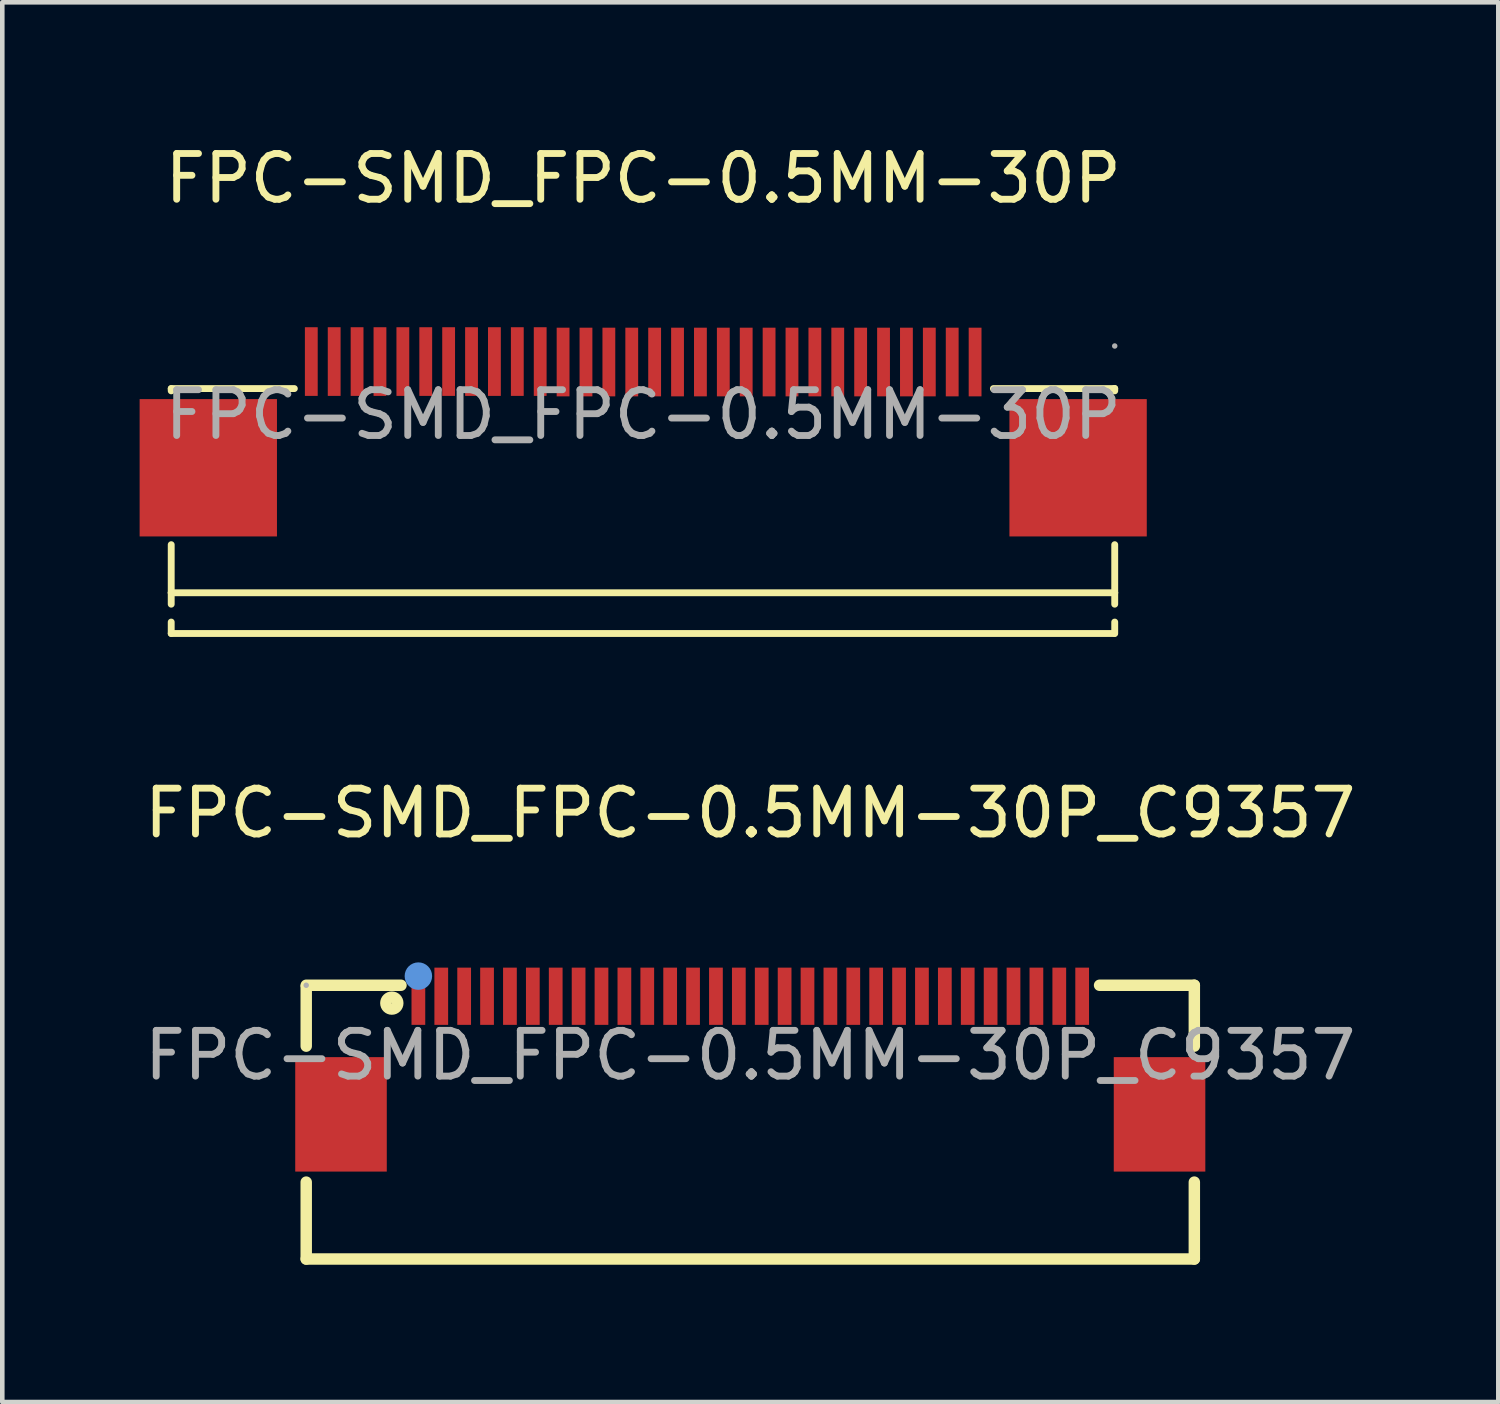
<source format=kicad_pcb>
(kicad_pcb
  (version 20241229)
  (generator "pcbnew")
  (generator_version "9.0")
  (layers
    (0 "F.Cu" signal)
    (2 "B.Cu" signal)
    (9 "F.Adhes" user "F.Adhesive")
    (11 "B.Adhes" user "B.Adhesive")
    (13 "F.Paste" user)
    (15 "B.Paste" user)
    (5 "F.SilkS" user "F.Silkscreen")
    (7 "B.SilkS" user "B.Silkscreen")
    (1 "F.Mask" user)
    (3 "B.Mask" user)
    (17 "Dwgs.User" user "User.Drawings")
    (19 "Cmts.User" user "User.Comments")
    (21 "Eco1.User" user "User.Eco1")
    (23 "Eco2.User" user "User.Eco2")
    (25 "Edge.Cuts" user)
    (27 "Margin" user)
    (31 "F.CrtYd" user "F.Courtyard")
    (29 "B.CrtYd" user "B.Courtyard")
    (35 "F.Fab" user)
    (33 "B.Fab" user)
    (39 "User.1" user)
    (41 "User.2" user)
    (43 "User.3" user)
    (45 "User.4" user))
  (footprint "FPC-SMD_FPC-0.5MM-30P"
    (layer "F.Cu")
    (at 11 6.008)
    (property "Reference" "FPC-SMD_FPC-0.5MM-30P" (at 0 -5.16 0) (layer "F.SilkS") (effects (font (size 1 1) (thickness 0.15))))
    (attr through_hole)
    (fp_line (start -10.31 -0.57) (end -10.31 -0.52) (stroke (width 0.15) (type solid)) (layer "F.SilkS"))
    (fp_line (start -10.31 -0.57) (end -7.62 -0.57) (stroke (width 0.15) (type solid)) (layer "F.SilkS"))
    (fp_line (start -10.31 2.84) (end -10.31 3.89) (stroke (width 0.15) (type solid)) (layer "F.SilkS"))
    (fp_line (start -10.31 3.89) (end -10.31 4.14) (stroke (width 0.15) (type solid)) (layer "F.SilkS"))
    (fp_line (start -10.31 3.89) (end 10.3 3.89) (stroke (width 0.15) (type solid)) (layer "F.SilkS"))
    (fp_line (start -10.31 4.78) (end -10.31 4.53) (stroke (width 0.15) (type solid)) (layer "F.SilkS"))
    (fp_line (start -10.31 4.78) (end 10.29 4.78) (stroke (width 0.15) (type solid)) (layer "F.SilkS"))
    (fp_line (start 7.65 -0.57) (end 10.29 -0.57) (stroke (width 0.15) (type solid)) (layer "F.SilkS"))
    (fp_line (start 10.3 -0.57) (end 10.29 -0.57) (stroke (width 0.15) (type solid)) (layer "F.SilkS"))
    (fp_line (start 10.3 -0.52) (end 10.3 -0.57) (stroke (width 0.15) (type solid)) (layer "F.SilkS"))
    (fp_line (start 10.3 3.89) (end 10.3 2.84) (stroke (width 0.15) (type solid)) (layer "F.SilkS"))
    (fp_line (start 10.3 3.89) (end 10.3 4.14) (stroke (width 0.15) (type solid)) (layer "F.SilkS"))
    (fp_line (start 10.3 4.78) (end 10.3 4.53) (stroke (width 0.15) (type solid)) (layer "F.SilkS"))
    (fp_circle (center 10.3 -1.5) (end 10.33 -1.5) (stroke (width 0.06) (type solid)) (fill no) (layer "F.Fab"))
    (fp_text user "${REFERENCE}" (at 0 0 0) (layer "F.Fab") (effects (font (size 1 1) (thickness 0.15))))
    (pad "1" smd rect (at 7.25 -1.15) (size 0.28 1.5) (layers "F.Cu" "F.Mask" "F.Paste"))
    (pad "2" smd rect (at 6.75 -1.15) (size 0.28 1.5) (layers "F.Cu" "F.Mask" "F.Paste"))
    (pad "3" smd rect (at 6.25 -1.15) (size 0.28 1.5) (layers "F.Cu" "F.Mask" "F.Paste"))
    (pad "4" smd rect (at 5.75 -1.15) (size 0.28 1.5) (layers "F.Cu" "F.Mask" "F.Paste"))
    (pad "5" smd rect (at 5.25 -1.15) (size 0.28 1.5) (layers "F.Cu" "F.Mask" "F.Paste"))
    (pad "6" smd rect (at 4.75 -1.15) (size 0.28 1.5) (layers "F.Cu" "F.Mask" "F.Paste"))
    (pad "7" smd rect (at 4.25 -1.15) (size 0.28 1.5) (layers "F.Cu" "F.Mask" "F.Paste"))
    (pad "8" smd rect (at 3.75 -1.15) (size 0.28 1.5) (layers "F.Cu" "F.Mask" "F.Paste"))
    (pad "9" smd rect (at 3.25 -1.15) (size 0.28 1.5) (layers "F.Cu" "F.Mask" "F.Paste"))
    (pad "10" smd rect (at 2.75 -1.15) (size 0.28 1.5) (layers "F.Cu" "F.Mask" "F.Paste"))
    (pad "11" smd rect (at 2.25 -1.15) (size 0.28 1.5) (layers "F.Cu" "F.Mask" "F.Paste"))
    (pad "12" smd rect (at 1.75 -1.15) (size 0.28 1.5) (layers "F.Cu" "F.Mask" "F.Paste"))
    (pad "13" smd rect (at 1.25 -1.15) (size 0.28 1.5) (layers "F.Cu" "F.Mask" "F.Paste"))
    (pad "14" smd rect (at 0.75 -1.15) (size 0.28 1.5) (layers "F.Cu" "F.Mask" "F.Paste"))
    (pad "15" smd rect (at 0.25 -1.15) (size 0.28 1.5) (layers "F.Cu" "F.Mask" "F.Paste"))
    (pad "16" smd rect (at -0.25 -1.15) (size 0.28 1.5) (layers "F.Cu" "F.Mask" "F.Paste"))
    (pad "17" smd rect (at -0.75 -1.15) (size 0.28 1.5) (layers "F.Cu" "F.Mask" "F.Paste"))
    (pad "18" smd rect (at -1.25 -1.15) (size 0.28 1.5) (layers "F.Cu" "F.Mask" "F.Paste"))
    (pad "19" smd rect (at -1.75 -1.15) (size 0.28 1.5) (layers "F.Cu" "F.Mask" "F.Paste"))
    (pad "20" smd rect (at -2.25 -1.16) (size 0.28 1.5) (layers "F.Cu" "F.Mask" "F.Paste"))
    (pad "21" smd rect (at -2.75 -1.16) (size 0.28 1.5) (layers "F.Cu" "F.Mask" "F.Paste"))
    (pad "22" smd rect (at -3.25 -1.16) (size 0.28 1.5) (layers "F.Cu" "F.Mask" "F.Paste"))
    (pad "23" smd rect (at -3.75 -1.16) (size 0.28 1.5) (layers "F.Cu" "F.Mask" "F.Paste"))
    (pad "24" smd rect (at -4.25 -1.16) (size 0.28 1.5) (layers "F.Cu" "F.Mask" "F.Paste"))
    (pad "25" smd rect (at -4.75 -1.16) (size 0.28 1.5) (layers "F.Cu" "F.Mask" "F.Paste"))
    (pad "26" smd rect (at -5.25 -1.16) (size 0.28 1.5) (layers "F.Cu" "F.Mask" "F.Paste"))
    (pad "27" smd rect (at -5.75 -1.16) (size 0.28 1.5) (layers "F.Cu" "F.Mask" "F.Paste"))
    (pad "28" smd rect (at -6.25 -1.16) (size 0.28 1.5) (layers "F.Cu" "F.Mask" "F.Paste"))
    (pad "29" smd rect (at -6.75 -1.16) (size 0.28 1.5) (layers "F.Cu" "F.Mask" "F.Paste"))
    (pad "30" smd rect (at -7.25 -1.16) (size 0.28 1.5) (layers "F.Cu" "F.Mask" "F.Paste"))
    (pad "31" smd rect (at -9.5 1.16) (size 3 3) (layers "F.Cu" "F.Mask" "F.Paste"))
    (pad "32" smd rect (at 9.5 1.16) (size 3 3) (layers "F.Cu" "F.Mask" "F.Paste")))
  (footprint "FPC-SMD_FPC-0.5MM-30P_C9357"
    (layer "F.Cu")
    (at 13.339 20.002)
    (property "Reference" "FPC-SMD_FPC-0.5MM-30P_C9357" (at 0 -5.29 0) (layer "F.SilkS") (effects (font (size 1 1) (thickness 0.15))))
    (attr through_hole)
    (fp_line (start -9.7 -0.2) (end -9.7 -1.5) (stroke (width 0.25) (type solid)) (layer "F.SilkS"))
    (fp_line (start -9.7 4.45) (end -9.7 2.77) (stroke (width 0.25) (type solid)) (layer "F.SilkS"))
    (fp_line (start -7.63 -1.53) (end -9.7 -1.53) (stroke (width 0.25) (type solid)) (layer "F.SilkS"))
    (fp_line (start 9.7 -1.53) (end 7.63 -1.53) (stroke (width 0.25) (type solid)) (layer "F.SilkS"))
    (fp_line (start 9.7 -0.2) (end 9.7 -1.53) (stroke (width 0.25) (type solid)) (layer "F.SilkS"))
    (fp_line (start 9.7 4.45) (end -9.7 4.45) (stroke (width 0.25) (type solid)) (layer "F.SilkS"))
    (fp_line (start 9.7 4.45) (end 9.7 2.77) (stroke (width 0.25) (type solid)) (layer "F.SilkS"))
    (fp_circle (center -7.83 -1.14) (end -7.7 -1.14) (stroke (width 0.25) (type solid)) (fill no) (layer "F.SilkS"))
    (fp_circle (center -7.25 -1.73) (end -7.1 -1.73) (stroke (width 0.3) (type solid)) (fill no) (layer "Cmts.User"))
    (fp_circle (center -9.7 -1.53) (end -9.67 -1.53) (stroke (width 0.06) (type solid)) (fill no) (layer "F.Fab"))
    (fp_text user "${REFERENCE}" (at 0 0 0) (layer "F.Fab") (effects (font (size 1 1) (thickness 0.15))))
    (pad "1" smd rect (at -7.25 -1.29) (size 0.3 1.25) (layers "F.Cu" "F.Mask" "F.Paste"))
    (pad "2" smd rect (at -6.75 -1.29) (size 0.3 1.25) (layers "F.Cu" "F.Mask" "F.Paste"))
    (pad "3" smd rect (at -6.25 -1.29) (size 0.3 1.25) (layers "F.Cu" "F.Mask" "F.Paste"))
    (pad "4" smd rect (at -5.75 -1.29) (size 0.3 1.25) (layers "F.Cu" "F.Mask" "F.Paste"))
    (pad "5" smd rect (at -5.25 -1.29) (size 0.3 1.25) (layers "F.Cu" "F.Mask" "F.Paste"))
    (pad "6" smd rect (at -4.75 -1.29) (size 0.3 1.25) (layers "F.Cu" "F.Mask" "F.Paste"))
    (pad "7" smd rect (at -4.25 -1.29) (size 0.3 1.25) (layers "F.Cu" "F.Mask" "F.Paste"))
    (pad "8" smd rect (at -3.75 -1.29) (size 0.3 1.25) (layers "F.Cu" "F.Mask" "F.Paste"))
    (pad "9" smd rect (at -3.25 -1.29) (size 0.3 1.25) (layers "F.Cu" "F.Mask" "F.Paste"))
    (pad "10" smd rect (at -2.75 -1.29) (size 0.3 1.25) (layers "F.Cu" "F.Mask" "F.Paste"))
    (pad "11" smd rect (at -2.25 -1.29) (size 0.3 1.25) (layers "F.Cu" "F.Mask" "F.Paste"))
    (pad "12" smd rect (at -1.75 -1.29) (size 0.3 1.25) (layers "F.Cu" "F.Mask" "F.Paste"))
    (pad "13" smd rect (at -1.25 -1.29) (size 0.3 1.25) (layers "F.Cu" "F.Mask" "F.Paste"))
    (pad "14" smd rect (at -0.75 -1.29) (size 0.3 1.25) (layers "F.Cu" "F.Mask" "F.Paste"))
    (pad "15" smd rect (at -0.25 -1.29) (size 0.3 1.25) (layers "F.Cu" "F.Mask" "F.Paste"))
    (pad "16" smd rect (at 0.25 -1.29) (size 0.3 1.25) (layers "F.Cu" "F.Mask" "F.Paste"))
    (pad "17" smd rect (at 0.75 -1.29) (size 0.3 1.25) (layers "F.Cu" "F.Mask" "F.Paste"))
    (pad "18" smd rect (at 1.25 -1.29) (size 0.3 1.25) (layers "F.Cu" "F.Mask" "F.Paste"))
    (pad "19" smd rect (at 1.75 -1.29) (size 0.3 1.25) (layers "F.Cu" "F.Mask" "F.Paste"))
    (pad "20" smd rect (at 2.25 -1.29) (size 0.3 1.25) (layers "F.Cu" "F.Mask" "F.Paste"))
    (pad "21" smd rect (at 2.75 -1.29) (size 0.3 1.25) (layers "F.Cu" "F.Mask" "F.Paste"))
    (pad "22" smd rect (at 3.25 -1.29) (size 0.3 1.25) (layers "F.Cu" "F.Mask" "F.Paste"))
    (pad "23" smd rect (at 3.75 -1.29) (size 0.3 1.25) (layers "F.Cu" "F.Mask" "F.Paste"))
    (pad "24" smd rect (at 4.25 -1.29) (size 0.3 1.25) (layers "F.Cu" "F.Mask" "F.Paste"))
    (pad "25" smd rect (at 4.75 -1.29) (size 0.3 1.25) (layers "F.Cu" "F.Mask" "F.Paste"))
    (pad "26" smd rect (at 5.25 -1.29) (size 0.3 1.25) (layers "F.Cu" "F.Mask" "F.Paste"))
    (pad "27" smd rect (at 5.75 -1.29) (size 0.3 1.25) (layers "F.Cu" "F.Mask" "F.Paste"))
    (pad "28" smd rect (at 6.25 -1.29) (size 0.3 1.25) (layers "F.Cu" "F.Mask" "F.Paste"))
    (pad "29" smd rect (at 6.75 -1.29) (size 0.3 1.25) (layers "F.Cu" "F.Mask" "F.Paste"))
    (pad "30" smd rect (at 7.25 -1.29) (size 0.3 1.25) (layers "F.Cu" "F.Mask" "F.Paste"))
    (pad "31" smd rect (at 8.94 1.29) (size 2 2.5) (layers "F.Cu" "F.Mask" "F.Paste"))
    (pad "32" smd rect (at -8.94 1.29) (size 2 2.5) (layers "F.Cu" "F.Mask" "F.Paste")))
  (gr_rect
    (start -3 -3)
    (end 29.679 27.576)
    (stroke (width 0.1) (type default))
    (fill no)
    (layer "Edge.Cuts")))
</source>
